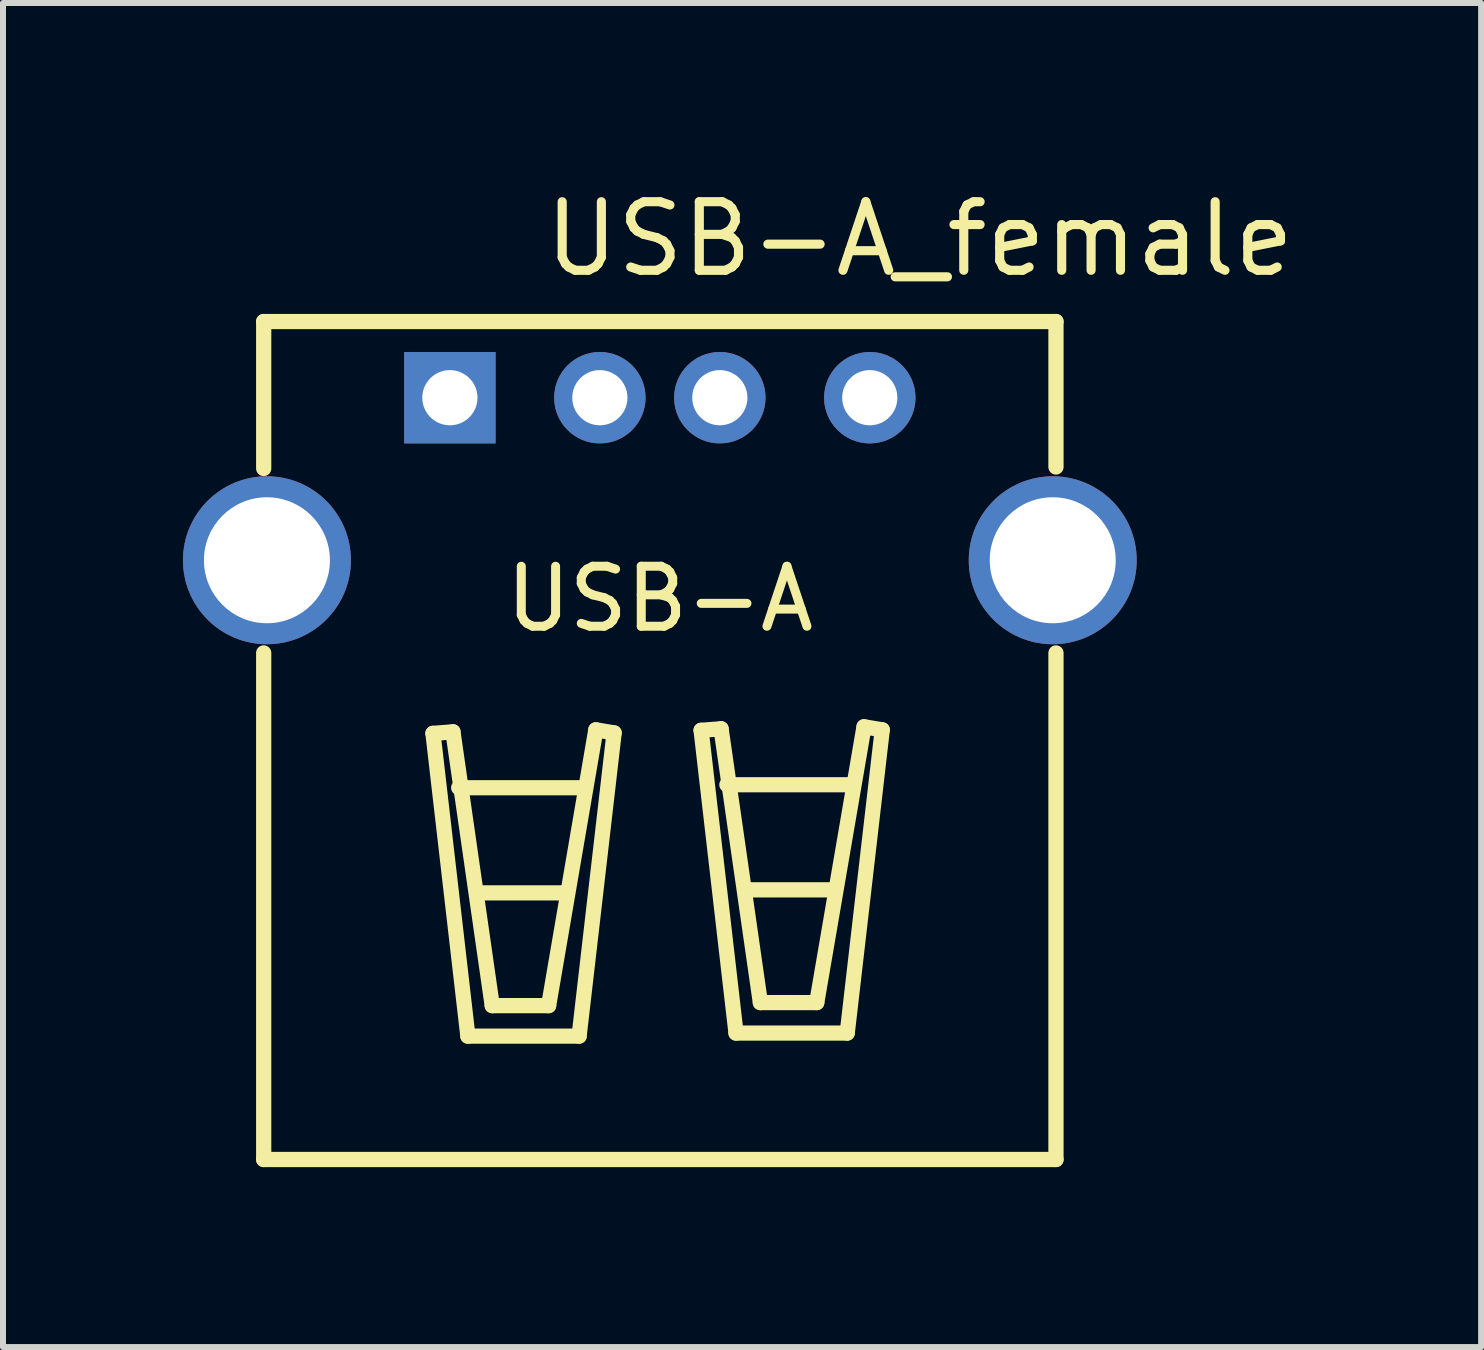
<source format=kicad_pcb>
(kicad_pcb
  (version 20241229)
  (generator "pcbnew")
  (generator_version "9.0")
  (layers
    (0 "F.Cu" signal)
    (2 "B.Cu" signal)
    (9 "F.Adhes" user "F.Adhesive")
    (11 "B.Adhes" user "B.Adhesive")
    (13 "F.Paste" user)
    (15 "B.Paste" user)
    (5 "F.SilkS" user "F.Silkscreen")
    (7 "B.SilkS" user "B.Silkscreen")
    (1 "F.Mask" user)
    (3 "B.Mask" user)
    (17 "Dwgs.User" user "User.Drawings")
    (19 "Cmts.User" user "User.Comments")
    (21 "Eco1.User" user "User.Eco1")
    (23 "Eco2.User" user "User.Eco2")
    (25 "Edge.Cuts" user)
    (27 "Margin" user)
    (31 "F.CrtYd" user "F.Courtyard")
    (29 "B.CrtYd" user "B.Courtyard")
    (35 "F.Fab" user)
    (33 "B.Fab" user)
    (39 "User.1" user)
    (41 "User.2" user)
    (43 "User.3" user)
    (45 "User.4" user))
  (footprint "USB-A_female"
    (layer "F.Cu")
    (at 7.95 4.935)
    (property "Reference" "USB-A_female" (at -2 -4 0) (layer "F.SilkS") (effects (font (size 1.143 1.143) (thickness 0.152)) (justify left)))
    (attr through_hole)
    (fp_line (start -6.604 -2.625) (end -6.604 -0.175) (stroke (width 0.254) (type solid)) (layer "F.SilkS"))
    (fp_line (start -6.604 -2.625) (end 6.604 -2.625) (stroke (width 0.254) (type solid)) (layer "F.SilkS"))
    (fp_line (start -6.604 11.345) (end -6.604 2.9) (stroke (width 0.254) (type solid)) (layer "F.SilkS"))
    (fp_line (start -3.782 4.241) (end -3.2 9.288) (stroke (width 0.254) (type solid)) (layer "F.SilkS"))
    (fp_line (start -3.449 4.215) (end -3.782 4.241) (stroke (width 0.254) (type solid)) (layer "F.SilkS"))
    (fp_line (start -3.353 5.147) (end -1.27 5.147) (stroke (width 0.254) (type solid)) (layer "F.SilkS"))
    (fp_line (start -3.2 9.288) (end -1.346 9.288) (stroke (width 0.254) (type solid)) (layer "F.SilkS"))
    (fp_line (start -3.023 6.9) (end -1.575 6.9) (stroke (width 0.254) (type solid)) (layer "F.SilkS"))
    (fp_line (start -2.794 8.78) (end -3.449 4.215) (stroke (width 0.254) (type solid)) (layer "F.SilkS"))
    (fp_line (start -1.854 8.78) (end -2.794 8.78) (stroke (width 0.254) (type solid)) (layer "F.SilkS"))
    (fp_line (start -1.346 9.288) (end -0.762 4.233) (stroke (width 0.254) (type solid)) (layer "F.SilkS"))
    (fp_line (start -1.067 4.182) (end -1.854 8.78) (stroke (width 0.254) (type solid)) (layer "F.SilkS"))
    (fp_line (start -0.762 4.233) (end -1.067 4.182) (stroke (width 0.254) (type solid)) (layer "F.SilkS"))
    (fp_line (start 0.688 4.19) (end 1.021 4.164) (stroke (width 0.254) (type solid)) (layer "F.SilkS"))
    (fp_line (start 1.021 4.164) (end 1.676 8.729) (stroke (width 0.254) (type solid)) (layer "F.SilkS"))
    (fp_line (start 1.118 5.097) (end 3.2 5.097) (stroke (width 0.254) (type solid)) (layer "F.SilkS"))
    (fp_line (start 1.27 9.237) (end 0.688 4.19) (stroke (width 0.254) (type solid)) (layer "F.SilkS"))
    (fp_line (start 1.448 6.849) (end 2.896 6.849) (stroke (width 0.254) (type solid)) (layer "F.SilkS"))
    (fp_line (start 1.676 8.729) (end 2.616 8.729) (stroke (width 0.254) (type solid)) (layer "F.SilkS"))
    (fp_line (start 2.616 8.729) (end 3.404 4.131) (stroke (width 0.254) (type solid)) (layer "F.SilkS"))
    (fp_line (start 3.124 9.237) (end 1.27 9.237) (stroke (width 0.254) (type solid)) (layer "F.SilkS"))
    (fp_line (start 3.404 4.131) (end 3.708 4.182) (stroke (width 0.254) (type solid)) (layer "F.SilkS"))
    (fp_line (start 3.708 4.182) (end 3.124 9.237) (stroke (width 0.254) (type solid)) (layer "F.SilkS"))
    (fp_line (start 6.604 -2.625) (end 6.604 -0.2) (stroke (width 0.254) (type solid)) (layer "F.SilkS"))
    (fp_line (start 6.604 11.345) (end -6.604 11.345) (stroke (width 0.254) (type solid)) (layer "F.SilkS"))
    (fp_line (start 6.604 11.345) (end 6.604 2.9) (stroke (width 0.254) (type solid)) (layer "F.SilkS"))
    (fp_text user "USB-A" (at 0 2 0) (layer "F.SilkS") (effects (font (size 1 1) (thickness 0.15))))
    (pad "1" thru_hole rect (at -3.5 -1.355) (size 1.524 1.524) (drill 0.92) (layers "*.Cu" "*.Mask"))
    (pad "2" thru_hole circle (at -1 -1.355) (size 1.524 1.524) (drill 0.92) (layers "*.Cu" "*.Mask"))
    (pad "3" thru_hole circle (at 1 -1.355) (size 1.524 1.524) (drill 0.92) (layers "*.Cu" "*.Mask"))
    (pad "4" thru_hole circle (at 3.5 -1.355) (size 1.524 1.524) (drill 0.92) (layers "*.Cu" "*.Mask"))
    (pad "5" thru_hole circle (at 6.55 1.355) (size 2.8 2.8) (drill 2.1) (layers "*.Cu" "*.Mask"))
    (pad "6" thru_hole circle (at -6.55 1.355) (size 2.8 2.8) (drill 2.1) (layers "*.Cu" "*.Mask")))
  (gr_rect
    (start -3 -3)
    (end 21.642 19.407)
    (stroke (width 0.1) (type default))
    (fill no)
    (layer "Edge.Cuts")))
</source>
